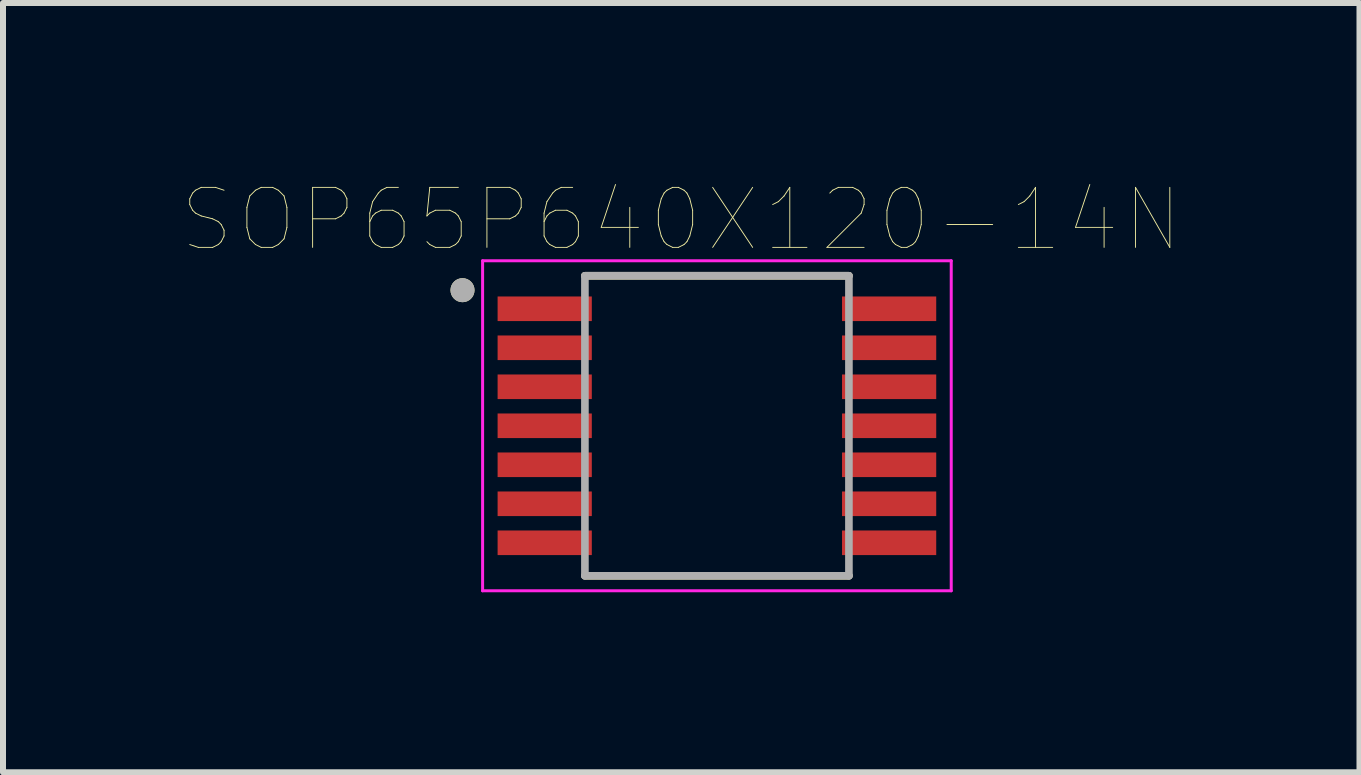
<source format=kicad_pcb>
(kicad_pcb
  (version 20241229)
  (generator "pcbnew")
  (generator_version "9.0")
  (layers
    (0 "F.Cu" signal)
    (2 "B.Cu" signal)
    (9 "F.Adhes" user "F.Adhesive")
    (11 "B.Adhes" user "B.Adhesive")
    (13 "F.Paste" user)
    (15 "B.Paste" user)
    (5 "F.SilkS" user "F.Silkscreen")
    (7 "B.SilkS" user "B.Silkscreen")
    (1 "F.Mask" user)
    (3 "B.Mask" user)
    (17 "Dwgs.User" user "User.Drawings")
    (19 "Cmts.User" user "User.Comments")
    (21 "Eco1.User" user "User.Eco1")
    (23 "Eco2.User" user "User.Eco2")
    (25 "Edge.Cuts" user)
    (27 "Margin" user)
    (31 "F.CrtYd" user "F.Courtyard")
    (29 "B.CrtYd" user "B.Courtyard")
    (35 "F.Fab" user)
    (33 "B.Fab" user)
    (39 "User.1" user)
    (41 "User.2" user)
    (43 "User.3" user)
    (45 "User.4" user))
  (footprint "SOP65P640X120-14N"
    (layer "F.Cu")
    (at 8.898 4.046)
    (property "Reference" "SOP65P640X120-14N" (at -0.595 -3.435 0) (layer "F.SilkS") (effects (font (size 1 1) (thickness 0.015))))
    (attr through_hole)
    (fp_line (start -2.2 -2.5) (end 2.2 -2.5) (stroke (width 0.127) (type solid)) (layer "F.SilkS"))
    (fp_line (start -2.2 2.5) (end 2.2 2.5) (stroke (width 0.127) (type solid)) (layer "F.SilkS"))
    (fp_circle (center -4.24 -2.26) (end -4.14 -2.26) (stroke (width 0.2) (type solid)) (fill no) (layer "F.SilkS"))
    (fp_line (start -3.905 -2.75) (end -3.905 2.75) (stroke (width 0.05) (type solid)) (layer "F.CrtYd"))
    (fp_line (start -3.905 -2.75) (end 3.905 -2.75) (stroke (width 0.05) (type solid)) (layer "F.CrtYd"))
    (fp_line (start -3.905 2.75) (end 3.905 2.75) (stroke (width 0.05) (type solid)) (layer "F.CrtYd"))
    (fp_line (start 3.905 -2.75) (end 3.905 2.75) (stroke (width 0.05) (type solid)) (layer "F.CrtYd"))
    (fp_line (start -2.2 -2.5) (end -2.2 2.5) (stroke (width 0.127) (type solid)) (layer "F.Fab"))
    (fp_line (start -2.2 -2.5) (end 2.2 -2.5) (stroke (width 0.127) (type solid)) (layer "F.Fab"))
    (fp_line (start -2.2 2.5) (end 2.2 2.5) (stroke (width 0.127) (type solid)) (layer "F.Fab"))
    (fp_line (start 2.2 -2.5) (end 2.2 2.5) (stroke (width 0.127) (type solid)) (layer "F.Fab"))
    (fp_circle (center -4.24 -2.26) (end -4.14 -2.26) (stroke (width 0.2) (type solid)) (fill no) (layer "F.Fab"))
    (pad "1" smd rect (at -2.87 -1.95) (size 1.57 0.41) (layers "F.Cu" "F.Mask" "F.Paste"))
    (pad "2" smd rect (at -2.87 -1.3) (size 1.57 0.41) (layers "F.Cu" "F.Mask" "F.Paste"))
    (pad "3" smd rect (at -2.87 -0.65) (size 1.57 0.41) (layers "F.Cu" "F.Mask" "F.Paste"))
    (pad "4" smd rect (at -2.87 0) (size 1.57 0.41) (layers "F.Cu" "F.Mask" "F.Paste"))
    (pad "5" smd rect (at -2.87 0.65) (size 1.57 0.41) (layers "F.Cu" "F.Mask" "F.Paste"))
    (pad "6" smd rect (at -2.87 1.3) (size 1.57 0.41) (layers "F.Cu" "F.Mask" "F.Paste"))
    (pad "7" smd rect (at -2.87 1.95) (size 1.57 0.41) (layers "F.Cu" "F.Mask" "F.Paste"))
    (pad "8" smd rect (at 2.87 1.95) (size 1.57 0.41) (layers "F.Cu" "F.Mask" "F.Paste"))
    (pad "9" smd rect (at 2.87 1.3) (size 1.57 0.41) (layers "F.Cu" "F.Mask" "F.Paste"))
    (pad "10" smd rect (at 2.87 0.65) (size 1.57 0.41) (layers "F.Cu" "F.Mask" "F.Paste"))
    (pad "11" smd rect (at 2.87 0) (size 1.57 0.41) (layers "F.Cu" "F.Mask" "F.Paste"))
    (pad "12" smd rect (at 2.87 -0.65) (size 1.57 0.41) (layers "F.Cu" "F.Mask" "F.Paste"))
    (pad "13" smd rect (at 2.87 -1.3) (size 1.57 0.41) (layers "F.Cu" "F.Mask" "F.Paste"))
    (pad "14" smd rect (at 2.87 -1.95) (size 1.57 0.41) (layers "F.Cu" "F.Mask" "F.Paste")))
  (gr_rect
    (start -3 -3)
    (end 19.607 9.821)
    (stroke (width 0.1) (type default))
    (fill no)
    (layer "Edge.Cuts")))
</source>
